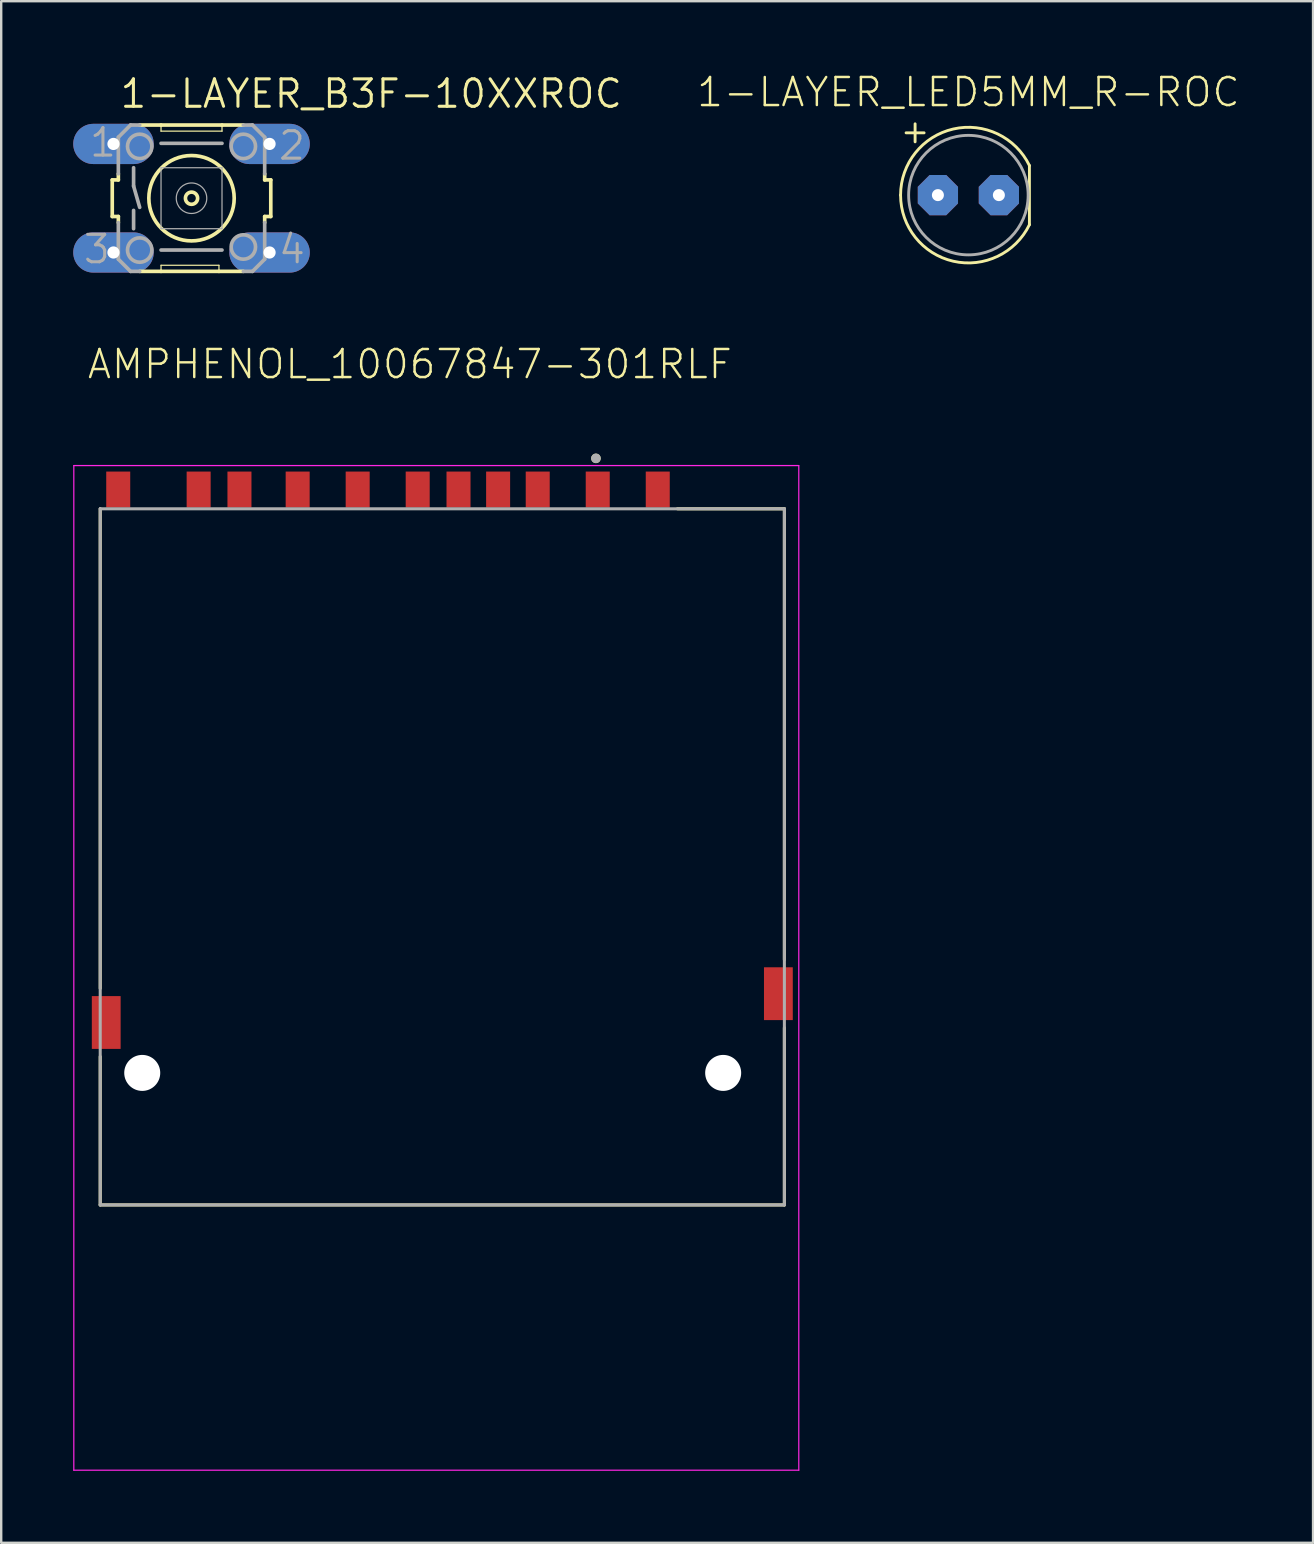
<source format=kicad_pcb>
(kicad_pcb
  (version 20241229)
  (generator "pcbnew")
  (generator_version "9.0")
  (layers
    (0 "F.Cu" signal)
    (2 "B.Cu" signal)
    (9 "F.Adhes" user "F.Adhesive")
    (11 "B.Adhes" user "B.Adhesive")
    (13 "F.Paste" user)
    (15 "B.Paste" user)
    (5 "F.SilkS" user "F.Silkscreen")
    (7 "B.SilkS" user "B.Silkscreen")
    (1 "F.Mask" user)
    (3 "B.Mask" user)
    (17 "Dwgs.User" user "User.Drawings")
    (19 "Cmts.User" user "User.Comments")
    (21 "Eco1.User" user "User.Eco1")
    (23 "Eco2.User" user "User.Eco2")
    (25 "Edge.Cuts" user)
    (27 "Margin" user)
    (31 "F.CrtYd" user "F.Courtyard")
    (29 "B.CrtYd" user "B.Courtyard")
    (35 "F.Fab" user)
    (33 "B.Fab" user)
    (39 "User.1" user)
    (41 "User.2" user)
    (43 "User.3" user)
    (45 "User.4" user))
  (footprint "AMPHENOL_10067847-301RLF"
    (layer "F.Cu")
    (at 14.975 41.644)
    (property "Reference" "AMPHENOL_10067847-301RLF" (at -14.45 -28.84 0) (unlocked yes) (layer "F.SilkS") (effects (font (size 1.168 1.168) (thickness 0.102)) (justify left bottom)))
    (fp_line (start -13.85 -3.52) (end -13.85 -23.5) (stroke (width 0.127) (type solid)) (layer "F.SilkS"))
    (fp_line (start -13.85 5.5) (end -13.85 -0.68) (stroke (width 0.127) (type solid)) (layer "F.SilkS"))
    (fp_line (start 10.195 -23.5) (end 14.65 -23.5) (stroke (width 0.127) (type solid)) (layer "F.SilkS"))
    (fp_line (start 14.65 -23.5) (end 14.65 -4.72) (stroke (width 0.127) (type solid)) (layer "F.SilkS"))
    (fp_line (start 14.65 5.5) (end -13.85 5.5) (stroke (width 0.127) (type solid)) (layer "F.SilkS"))
    (fp_line (start 14.65 5.5) (end 14.65 -1.88) (stroke (width 0.127) (type solid)) (layer "F.SilkS"))
    (fp_circle (center 6.8 -25.6) (end 6.9 -25.6) (stroke (width 0.2) (type solid)) (fill no) (layer "F.SilkS"))
    (fp_line (start -14.95 -25.3) (end 15.25 -25.3) (stroke (width 0.05) (type solid)) (layer "F.CrtYd"))
    (fp_line (start -14.95 16.55) (end -14.95 -25.3) (stroke (width 0.05) (type solid)) (layer "F.CrtYd"))
    (fp_line (start 15.25 -25.3) (end 15.25 16.55) (stroke (width 0.05) (type solid)) (layer "F.CrtYd"))
    (fp_line (start 15.25 16.55) (end -14.95 16.55) (stroke (width 0.05) (type solid)) (layer "F.CrtYd"))
    (fp_line (start -13.85 -23.5) (end 14.65 -23.5) (stroke (width 0.127) (type solid)) (layer "F.Fab"))
    (fp_line (start -13.85 5.5) (end -13.85 -23.5) (stroke (width 0.127) (type solid)) (layer "F.Fab"))
    (fp_line (start 14.65 -23.5) (end 14.65 5.5) (stroke (width 0.127) (type solid)) (layer "F.Fab"))
    (fp_line (start 14.65 5.5) (end -13.85 5.5) (stroke (width 0.127) (type solid)) (layer "F.Fab"))
    (fp_circle (center 6.8 -25.6) (end 6.9 -25.6) (stroke (width 0.2) (type solid)) (fill no) (layer "F.Fab"))
    (pad "" np_thru_hole circle (at -12.1 0) (size 1.5 1.5) (drill 1.5) (layers "*.Cu" "*.Mask"))
    (pad "" np_thru_hole circle (at 12.1 0) (size 1.5 1.5) (drill 1.5) (layers "*.Cu" "*.Mask"))
    (pad "1" smd rect (at 6.875 -24.3) (size 1 1.5) (layers "F.Cu" "F.Mask" "F.Paste"))
    (pad "2" smd rect (at 4.375 -24.3) (size 1 1.5) (layers "F.Cu" "F.Mask" "F.Paste"))
    (pad "3" smd rect (at 1.075 -24.3) (size 1 1.5) (layers "F.Cu" "F.Mask" "F.Paste"))
    (pad "4" smd rect (at -0.625 -24.3) (size 1 1.5) (layers "F.Cu" "F.Mask" "F.Paste"))
    (pad "5" smd rect (at -3.125 -24.3) (size 1 1.5) (layers "F.Cu" "F.Mask" "F.Paste"))
    (pad "6" smd rect (at -5.625 -24.3) (size 1 1.5) (layers "F.Cu" "F.Mask" "F.Paste"))
    (pad "7" smd rect (at -8.05 -24.3) (size 1 1.5) (layers "F.Cu" "F.Mask" "F.Paste"))
    (pad "8" smd rect (at -9.75 -24.3) (size 1 1.5) (layers "F.Cu" "F.Mask" "F.Paste"))
    (pad "9" smd rect (at 9.375 -24.3) (size 1 1.5) (layers "F.Cu" "F.Mask" "F.Paste"))
    (pad "CD" smd rect (at 2.725 -24.3) (size 1 1.5) (layers "F.Cu" "F.Mask" "F.Paste"))
    (pad "G1" smd rect (at -13.6 -2.1) (size 1.2 2.2) (layers "F.Cu" "F.Mask" "F.Paste"))
    (pad "G2" smd rect (at 14.4 -3.3) (size 1.2 2.2) (layers "F.Cu" "F.Mask" "F.Paste"))
    (pad "WP" smd rect (at -13.1 -24.3) (size 1 1.5) (layers "F.Cu" "F.Mask" "F.Paste"))
    (zone (net_name "") (layer "F.Cu") (hatch edge 0.5) (connect_pads) (min_thickness 0.25) (filled_areas_thickness no) (keepout (tracks not_allowed) (vias not_allowed) (pads not_allowed) (copperpour not_allowed) (footprints allowed)) (placement (enabled no)) (fill) (polygon (pts (xy 0.275 33.444) (xy 1.475 33.444) (xy 1.475 27.144) (xy 0.275 27.144))))
    (zone (net_name "") (layer "F.Cu") (hatch edge 0.5) (connect_pads) (min_thickness 0.25) (filled_areas_thickness no) (keepout (tracks not_allowed) (vias not_allowed) (pads not_allowed) (copperpour not_allowed) (footprints allowed)) (placement (enabled no)) (fill) (polygon (pts (xy 4.665 26.044) (xy 5.765 26.044) (xy 5.765 24.044) (xy 4.665 24.044))))
    (zone (net_name "") (layer "F.Cu") (hatch edge 0.5) (connect_pads) (min_thickness 0.25) (filled_areas_thickness no) (keepout (tracks not_allowed) (vias not_allowed) (pads not_allowed) (copperpour not_allowed) (footprints allowed)) (placement (enabled no)) (fill) (polygon (pts (xy 6.365 26.044) (xy 7.465 26.044) (xy 7.465 24.044) (xy 6.365 24.044))))
    (zone (net_name "") (layer "F.Cu") (hatch edge 0.5) (connect_pads) (min_thickness 0.25) (filled_areas_thickness no) (keepout (tracks not_allowed) (vias not_allowed) (pads not_allowed) (copperpour not_allowed) (footprints allowed)) (placement (enabled no)) (fill) (polygon (pts (xy 8.795 26.044) (xy 9.895 26.044) (xy 9.895 24.044) (xy 8.795 24.044))))
    (zone (net_name "") (layer "F.Cu") (hatch edge 0.5) (connect_pads) (min_thickness 0.25) (filled_areas_thickness no) (keepout (tracks not_allowed) (vias not_allowed) (pads not_allowed) (copperpour not_allowed) (footprints allowed)) (placement (enabled no)) (fill) (polygon (pts (xy 11.295 26.044) (xy 12.395 26.044) (xy 12.395 24.044) (xy 11.295 24.044))))
    (zone (net_name "") (layer "F.Cu") (hatch edge 0.5) (connect_pads) (min_thickness 0.25) (filled_areas_thickness no) (keepout (tracks not_allowed) (vias not_allowed) (pads not_allowed) (copperpour not_allowed) (footprints allowed)) (placement (enabled no)) (fill) (polygon (pts (xy 13.795 26.444) (xy 14.895 26.444) (xy 14.895 24.444) (xy 13.795 24.444))))
    (zone (net_name "") (layer "F.Cu") (hatch edge 0.5) (connect_pads) (min_thickness 0.25) (filled_areas_thickness no) (keepout (tracks not_allowed) (vias not_allowed) (pads not_allowed) (copperpour not_allowed) (footprints allowed)) (placement (enabled no)) (fill) (polygon (pts (xy 15.895 26.444) (xy 17.795 26.444) (xy 17.795 23.944) (xy 15.895 23.944))))
    (zone (net_name "") (layer "F.Cu") (hatch edge 0.5) (connect_pads) (min_thickness 0.25) (filled_areas_thickness no) (keepout (tracks not_allowed) (vias not_allowed) (pads not_allowed) (copperpour not_allowed) (footprints allowed)) (placement (enabled no)) (fill) (polygon (pts (xy 18.795 26.144) (xy 19.895 26.144) (xy 19.895 24.144) (xy 18.795 24.144))))
    (zone (net_name "") (layer "F.Cu") (hatch edge 0.5) (connect_pads) (min_thickness 0.25) (filled_areas_thickness no) (keepout (tracks not_allowed) (vias not_allowed) (pads not_allowed) (copperpour not_allowed) (footprints allowed)) (placement (enabled no)) (fill) (polygon (pts (xy 21.295 25.844) (xy 22.395 25.844) (xy 22.395 23.344) (xy 21.295 23.344))))
    (zone (net_name "") (layer "F.Cu") (hatch edge 0.5) (connect_pads) (min_thickness 0.25) (filled_areas_thickness no) (keepout (tracks not_allowed) (vias not_allowed) (pads not_allowed) (copperpour not_allowed) (footprints allowed)) (placement (enabled no)) (fill) (polygon (pts (xy 23.795 28.444) (xy 24.895 28.444) (xy 24.895 26.444) (xy 23.795 26.444))))
    (zone (net_name "") (layers "F.Cu" "B.Cu") (hatch edge 0.5) (connect_pads) (min_thickness 0.25) (filled_areas_thickness no) (keepout (tracks allowed) (vias not_allowed) (pads allowed) (copperpour allowed) (footprints allowed)) (placement (enabled no)) (fill) (polygon (pts (xy 0.275 33.444) (xy 1.475 33.444) (xy 1.475 27.144) (xy 0.275 27.144))))
    (zone (net_name "") (layers "F.Cu" "B.Cu") (hatch edge 0.5) (connect_pads) (min_thickness 0.25) (filled_areas_thickness no) (keepout (tracks allowed) (vias not_allowed) (pads allowed) (copperpour allowed) (footprints allowed)) (placement (enabled no)) (fill) (polygon (pts (xy 4.665 26.044) (xy 5.765 26.044) (xy 5.765 24.044) (xy 4.665 24.044))))
    (zone (net_name "") (layers "F.Cu" "B.Cu") (hatch edge 0.5) (connect_pads) (min_thickness 0.25) (filled_areas_thickness no) (keepout (tracks allowed) (vias not_allowed) (pads allowed) (copperpour allowed) (footprints allowed)) (placement (enabled no)) (fill) (polygon (pts (xy 6.365 26.044) (xy 7.465 26.044) (xy 7.465 24.044) (xy 6.365 24.044))))
    (zone (net_name "") (layers "F.Cu" "B.Cu") (hatch edge 0.5) (connect_pads) (min_thickness 0.25) (filled_areas_thickness no) (keepout (tracks allowed) (vias not_allowed) (pads allowed) (copperpour allowed) (footprints allowed)) (placement (enabled no)) (fill) (polygon (pts (xy 8.795 26.044) (xy 9.895 26.044) (xy 9.895 24.044) (xy 8.795 24.044))))
    (zone (net_name "") (layers "F.Cu" "B.Cu") (hatch edge 0.5) (connect_pads) (min_thickness 0.25) (filled_areas_thickness no) (keepout (tracks allowed) (vias not_allowed) (pads allowed) (copperpour allowed) (footprints allowed)) (placement (enabled no)) (fill) (polygon (pts (xy 11.295 26.044) (xy 12.395 26.044) (xy 12.395 24.044) (xy 11.295 24.044))))
    (zone (net_name "") (layers "F.Cu" "B.Cu") (hatch edge 0.5) (connect_pads) (min_thickness 0.25) (filled_areas_thickness no) (keepout (tracks allowed) (vias not_allowed) (pads allowed) (copperpour allowed) (footprints allowed)) (placement (enabled no)) (fill) (polygon (pts (xy 13.795 26.444) (xy 14.895 26.444) (xy 14.895 24.444) (xy 13.795 24.444))))
    (zone (net_name "") (layers "F.Cu" "B.Cu") (hatch edge 0.5) (connect_pads) (min_thickness 0.25) (filled_areas_thickness no) (keepout (tracks allowed) (vias not_allowed) (pads allowed) (copperpour allowed) (footprints allowed)) (placement (enabled no)) (fill) (polygon (pts (xy 15.895 26.444) (xy 17.795 26.444) (xy 17.795 23.944) (xy 15.895 23.944))))
    (zone (net_name "") (layers "F.Cu" "B.Cu") (hatch edge 0.5) (connect_pads) (min_thickness 0.25) (filled_areas_thickness no) (keepout (tracks allowed) (vias not_allowed) (pads allowed) (copperpour allowed) (footprints allowed)) (placement (enabled no)) (fill) (polygon (pts (xy 18.795 26.144) (xy 19.895 26.144) (xy 19.895 24.144) (xy 18.795 24.144))))
    (zone (net_name "") (layers "F.Cu" "B.Cu") (hatch edge 0.5) (connect_pads) (min_thickness 0.25) (filled_areas_thickness no) (keepout (tracks allowed) (vias not_allowed) (pads allowed) (copperpour allowed) (footprints allowed)) (placement (enabled no)) (fill) (polygon (pts (xy 21.295 25.844) (xy 22.395 25.844) (xy 22.395 23.344) (xy 21.295 23.344))))
    (zone (net_name "") (layers "F.Cu" "B.Cu") (hatch edge 0.5) (connect_pads) (min_thickness 0.25) (filled_areas_thickness no) (keepout (tracks allowed) (vias not_allowed) (pads allowed) (copperpour allowed) (footprints allowed)) (placement (enabled no)) (fill) (polygon (pts (xy 23.795 28.444) (xy 24.895 28.444) (xy 24.895 26.444) (xy 23.795 26.444)))))
  (footprint "1-LAYER_B3F-10XXROC"
    (layer "F.Cu")
    (at 4.928 5.207)
    (property "Reference" "1-LAYER_B3F-10XXROC" (at -3.048 -3.683 0) (unlocked yes) (layer "F.SilkS") (effects (font (size 1.143 1.143) (thickness 0.127)) (justify left bottom)))
    (fp_line (start -3.302 -0.762) (end -3.302 0.762) (stroke (width 0.152) (type solid)) (layer "F.SilkS"))
    (fp_line (start -3.302 -0.762) (end -3.048 -0.762) (stroke (width 0.152) (type solid)) (layer "F.SilkS"))
    (fp_line (start -3.048 -0.762) (end -3.048 -1.016) (stroke (width 0.152) (type solid)) (layer "F.SilkS"))
    (fp_line (start -3.048 0.762) (end -3.302 0.762) (stroke (width 0.152) (type solid)) (layer "F.SilkS"))
    (fp_line (start -3.048 0.762) (end -3.048 1.016) (stroke (width 0.152) (type solid)) (layer "F.SilkS"))
    (fp_line (start -2.159 3.048) (end -1.27 3.048) (stroke (width 0.152) (type solid)) (layer "F.SilkS"))
    (fp_line (start -1.27 -3.048) (end -2.159 -3.048) (stroke (width 0.152) (type solid)) (layer "F.SilkS"))
    (fp_line (start -1.27 -3.048) (end -1.27 -2.794) (stroke (width 0.051) (type solid)) (layer "F.SilkS"))
    (fp_line (start -1.27 2.794) (end -1.27 3.048) (stroke (width 0.051) (type solid)) (layer "F.SilkS"))
    (fp_line (start -1.27 3.048) (end 1.143 3.048) (stroke (width 0.152) (type solid)) (layer "F.SilkS"))
    (fp_line (start 1.143 2.794) (end -1.27 2.794) (stroke (width 0.051) (type solid)) (layer "F.SilkS"))
    (fp_line (start 1.143 2.794) (end 1.143 3.048) (stroke (width 0.051) (type solid)) (layer "F.SilkS"))
    (fp_line (start 1.143 3.048) (end 2.159 3.048) (stroke (width 0.152) (type solid)) (layer "F.SilkS"))
    (fp_line (start 1.27 -3.048) (end -1.27 -3.048) (stroke (width 0.152) (type solid)) (layer "F.SilkS"))
    (fp_line (start 1.27 -2.794) (end -1.27 -2.794) (stroke (width 0.051) (type solid)) (layer "F.SilkS"))
    (fp_line (start 1.27 -2.794) (end 1.27 -3.048) (stroke (width 0.051) (type solid)) (layer "F.SilkS"))
    (fp_line (start 2.159 -3.048) (end 1.27 -3.048) (stroke (width 0.152) (type solid)) (layer "F.SilkS"))
    (fp_line (start 3.048 -0.762) (end 3.048 -1.016) (stroke (width 0.152) (type solid)) (layer "F.SilkS"))
    (fp_line (start 3.048 -0.762) (end 3.302 -0.762) (stroke (width 0.152) (type solid)) (layer "F.SilkS"))
    (fp_line (start 3.048 0.762) (end 3.048 1.016) (stroke (width 0.152) (type solid)) (layer "F.SilkS"))
    (fp_line (start 3.302 0.762) (end 3.048 0.762) (stroke (width 0.152) (type solid)) (layer "F.SilkS"))
    (fp_line (start 3.302 0.762) (end 3.302 -0.762) (stroke (width 0.152) (type solid)) (layer "F.SilkS"))
    (fp_circle (center 0 0) (end 0.254 0) (stroke (width 0.152) (type solid)) (fill no) (layer "F.SilkS"))
    (fp_circle (center 0 0) (end 1.778 0) (stroke (width 0.152) (type solid)) (fill no) (layer "F.SilkS"))
    (fp_line (start -3.048 -2.54) (end -3.048 -1.016) (stroke (width 0.152) (type solid)) (layer "F.Fab"))
    (fp_line (start -3.048 2.54) (end -3.048 1.016) (stroke (width 0.152) (type solid)) (layer "F.Fab"))
    (fp_line (start -2.54 -3.048) (end -3.048 -2.54) (stroke (width 0.152) (type solid)) (layer "F.Fab"))
    (fp_line (start -2.54 -3.048) (end -2.159 -3.048) (stroke (width 0.152) (type solid)) (layer "F.Fab"))
    (fp_line (start -2.54 3.048) (end -3.048 2.54) (stroke (width 0.152) (type solid)) (layer "F.Fab"))
    (fp_line (start -2.54 3.048) (end -2.159 3.048) (stroke (width 0.152) (type solid)) (layer "F.Fab"))
    (fp_line (start -2.413 -1.27) (end -2.413 -0.508) (stroke (width 0.152) (type solid)) (layer "F.Fab"))
    (fp_line (start -2.413 -0.508) (end -2.159 0.381) (stroke (width 0.152) (type solid)) (layer "F.Fab"))
    (fp_line (start -2.413 0.508) (end -2.413 1.27) (stroke (width 0.152) (type solid)) (layer "F.Fab"))
    (fp_line (start -1.27 -1.27) (end -1.27 1.27) (stroke (width 0.051) (type solid)) (layer "F.Fab"))
    (fp_line (start -1.27 -1.27) (end 1.27 -1.27) (stroke (width 0.051) (type solid)) (layer "F.Fab"))
    (fp_line (start -1.27 2.159) (end 1.27 2.159) (stroke (width 0.152) (type solid)) (layer "F.Fab"))
    (fp_line (start 1.27 -2.286) (end -1.27 -2.286) (stroke (width 0.152) (type solid)) (layer "F.Fab"))
    (fp_line (start 1.27 1.27) (end -1.27 1.27) (stroke (width 0.051) (type solid)) (layer "F.Fab"))
    (fp_line (start 1.27 1.27) (end 1.27 -1.27) (stroke (width 0.051) (type solid)) (layer "F.Fab"))
    (fp_line (start 2.54 -3.048) (end 2.159 -3.048) (stroke (width 0.152) (type solid)) (layer "F.Fab"))
    (fp_line (start 2.54 3.048) (end 2.159 3.048) (stroke (width 0.152) (type solid)) (layer "F.Fab"))
    (fp_line (start 2.54 3.048) (end 3.048 2.54) (stroke (width 0.152) (type solid)) (layer "F.Fab"))
    (fp_line (start 3.048 -2.54) (end 2.54 -3.048) (stroke (width 0.152) (type solid)) (layer "F.Fab"))
    (fp_line (start 3.048 -1.016) (end 3.048 -2.54) (stroke (width 0.152) (type solid)) (layer "F.Fab"))
    (fp_line (start 3.048 2.54) (end 3.048 1.016) (stroke (width 0.152) (type solid)) (layer "F.Fab"))
    (fp_circle (center -2.159 -2.159) (end -1.651 -2.159) (stroke (width 0.152) (type solid)) (fill no) (layer "F.Fab"))
    (fp_circle (center -2.159 2.159) (end -1.651 2.159) (stroke (width 0.152) (type solid)) (fill no) (layer "F.Fab"))
    (fp_circle (center 0 0) (end 0.635 0) (stroke (width 0.051) (type solid)) (fill no) (layer "F.Fab"))
    (fp_circle (center 2.159 -2.159) (end 2.667 -2.159) (stroke (width 0.152) (type solid)) (fill no) (layer "F.Fab"))
    (fp_circle (center 2.159 2.032) (end 2.667 2.032) (stroke (width 0.152) (type solid)) (fill no) (layer "F.Fab"))
    (fp_text user "2" (at 3.556 -1.524 0) (unlocked yes) (layer "F.Fab") (effects (font (size 1.143 1.143) (thickness 0.127)) (justify left bottom)))
    (fp_text user "4" (at 3.556 2.794 0) (unlocked yes) (layer "F.Fab") (effects (font (size 1.143 1.143) (thickness 0.127)) (justify left bottom)))
    (fp_text user "1" (at -4.318 -1.651 0) (unlocked yes) (layer "F.Fab") (effects (font (size 1.143 1.143) (thickness 0.127)) (justify left bottom)))
    (fp_text user "3" (at -4.572 2.794 0) (unlocked yes) (layer "F.Fab") (effects (font (size 1.143 1.143) (thickness 0.127)) (justify left bottom)))
    (pad "1" thru_hole oval (at -3.251 -2.261) (size 3.353 1.676) (drill 0.508) (layers "*.Cu" "*.Mask"))
    (pad "2" thru_hole oval (at 3.251 -2.261) (size 3.353 1.676) (drill 0.508) (layers "*.Cu" "*.Mask"))
    (pad "3" thru_hole oval (at -3.251 2.261) (size 3.353 1.676) (drill 0.508) (layers "*.Cu" "*.Mask"))
    (pad "4" thru_hole oval (at 3.251 2.261) (size 3.353 1.676) (drill 0.508) (layers "*.Cu" "*.Mask")))
  (footprint "1-LAYER_LED5MM_R-ROC"
    (layer "F.Cu")
    (at 37.29 5.078)
    (property "Reference" "1-LAYER_LED5MM_R-ROC" (at 0 -3.605 0) (unlocked yes) (layer "F.SilkS") (effects (font (size 1.168 1.168) (thickness 0.102)) (justify bottom)))
    (fp_line (start -2.595 -2.595) (end -1.845 -2.595) (stroke (width 0.12) (type solid)) (layer "F.SilkS"))
    (fp_line (start -2.22 -2.97) (end -2.22 -2.22) (stroke (width 0.12) (type solid)) (layer "F.SilkS"))
    (fp_line (start 2.542 -1.231) (end 2.542 1.231) (stroke (width 0.12) (type solid)) (layer "F.SilkS"))
    (fp_arc (start -2.825 0.000001) (mid -0.631694 -2.753475) (end 2.5425 -1.2314) (stroke (width 0.12) (type solid)) (layer "F.SilkS"))
    (fp_arc (start 2.5425 1.2314) (mid -0.631694 2.753475) (end -2.825 -0.000001) (stroke (width 0.12) (type solid)) (layer "F.SilkS"))
    (fp_circle (center 0 0) (end 2.489 0) (stroke (width 0.12) (type solid)) (fill no) (layer "F.Fab"))
    (pad "1" thru_hole roundrect (at -1.27 0) (size 1.676 1.676) (drill 0.5) (layers "*.Cu" "*.Mask") (roundrect_rratio 0.25) (chamfer_ratio 0.293) (chamfer top_left top_right bottom_left bottom_right))
    (pad "2" thru_hole roundrect (at 1.27 0) (size 1.676 1.676) (drill 0.5) (layers "*.Cu" "*.Mask") (roundrect_rratio 0.25) (chamfer_ratio 0.293) (chamfer top_left top_right bottom_left bottom_right)))
  (gr_rect
    (start -3 -3)
    (end 51.648 61.219)
    (stroke (width 0.1) (type default))
    (fill no)
    (layer "Edge.Cuts")))
</source>
